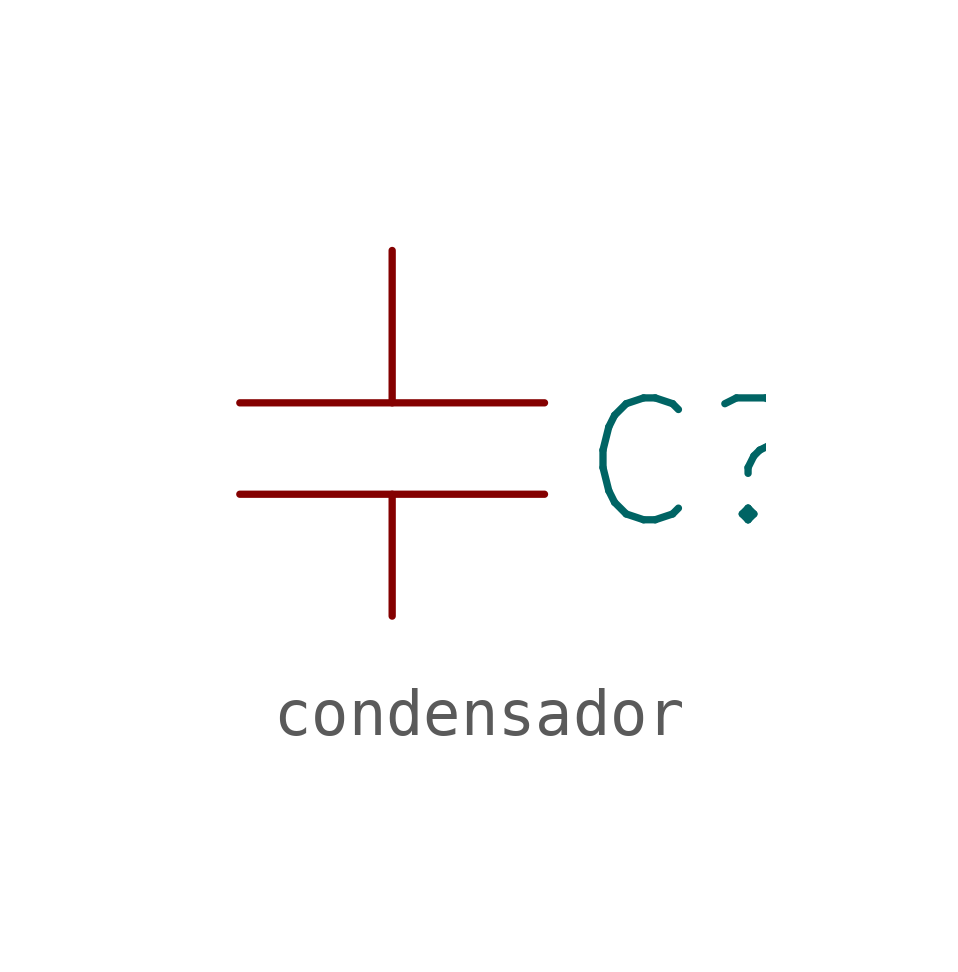
<source format=kicad_sym>
(kicad_symbol_lib
  (version 20231120)
  (generator "kicad_symbol_editor")
  (generator_version "8.0")
  (symbol "condensador"
    (pin_names
      (offset 1.016))
    (property "Reference" "C"
      (at 3.81 -4.445 0)
      (effects (font (size 2.54 2.54)) (justify left)))
    (symbol "condensador_0_1"
      (polyline (pts (xy -3.175 -3.175) (xy 3.175 -3.175)) (stroke (width 0) (type default)) (fill (type none)))
      (polyline (pts (xy 3.175 -5.08) (xy -3.175 -5.08)) (stroke (width 0) (type default)) (fill (type none))))
    (symbol "condensador_1_1"
      (pin input line (at 0 -7.62 90) (length 2.54) (name "" (effects (font (size 1.27 1.27)))) (number "" (effects (font (size 1.143 1.143)))))
      (pin input line (at 0 0 270) (length 3.175) (name "" (effects (font (size 1.27 1.27)))) (number "" (effects (font (size 1.143 1.143))))))))
</source>
